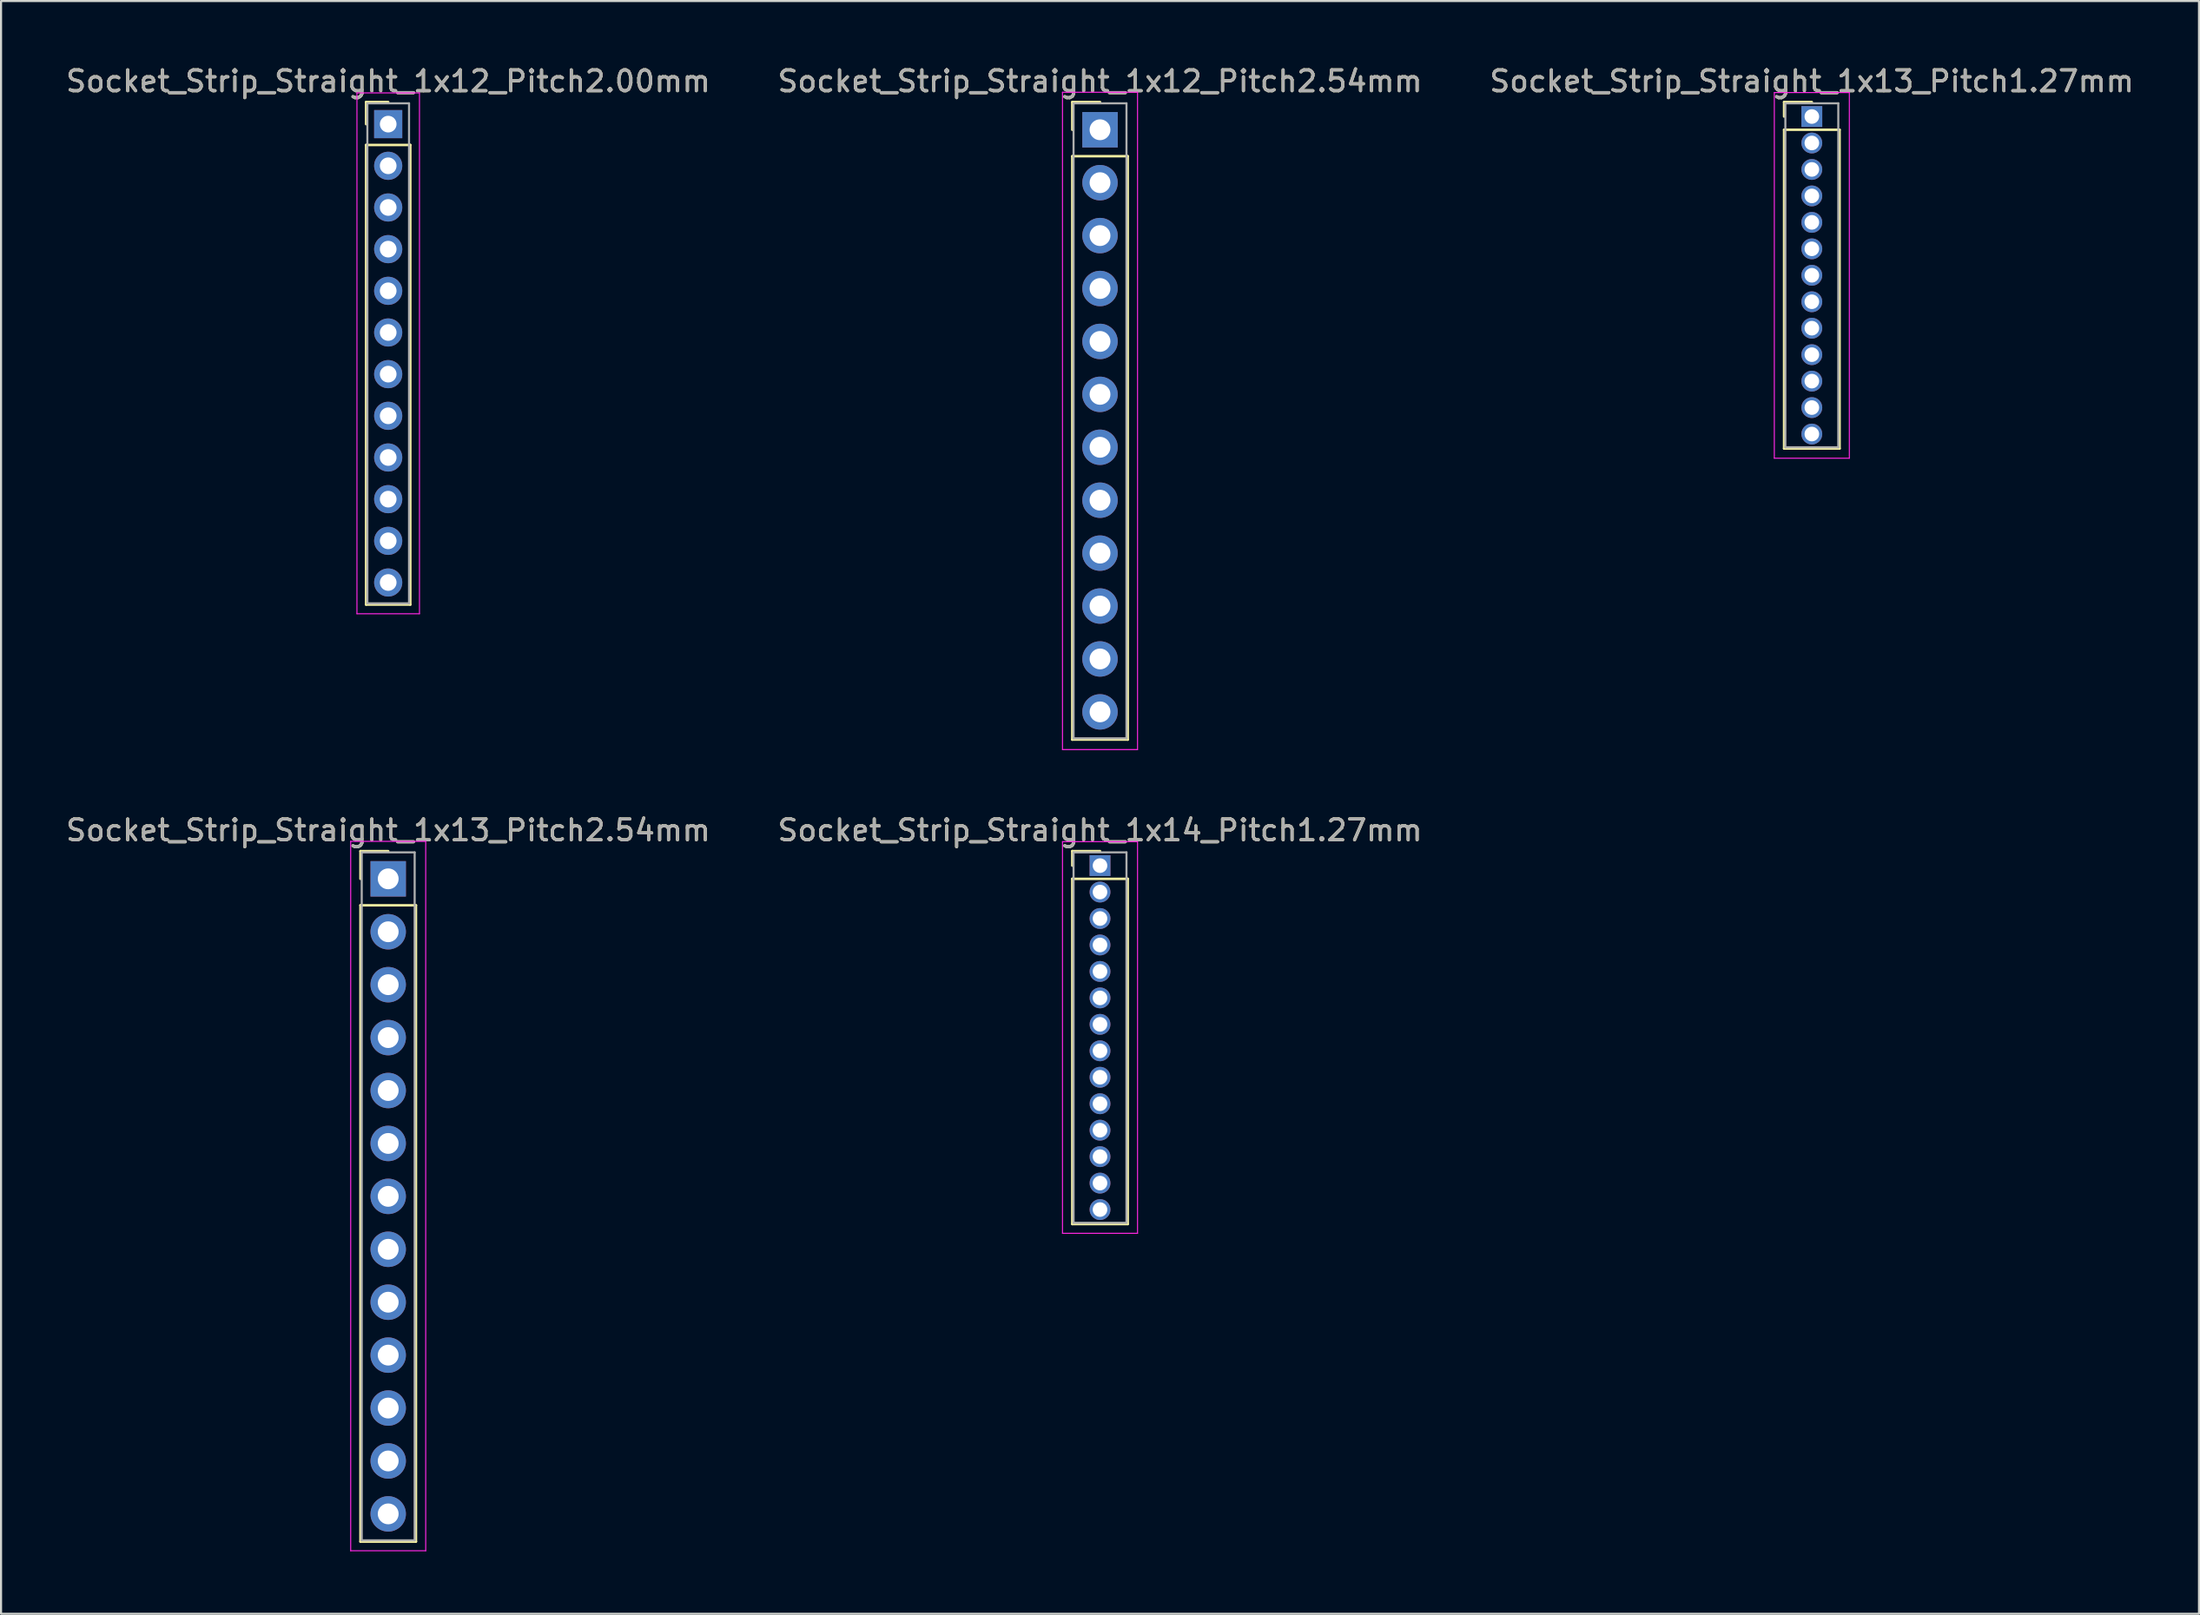
<source format=kicad_pcb>
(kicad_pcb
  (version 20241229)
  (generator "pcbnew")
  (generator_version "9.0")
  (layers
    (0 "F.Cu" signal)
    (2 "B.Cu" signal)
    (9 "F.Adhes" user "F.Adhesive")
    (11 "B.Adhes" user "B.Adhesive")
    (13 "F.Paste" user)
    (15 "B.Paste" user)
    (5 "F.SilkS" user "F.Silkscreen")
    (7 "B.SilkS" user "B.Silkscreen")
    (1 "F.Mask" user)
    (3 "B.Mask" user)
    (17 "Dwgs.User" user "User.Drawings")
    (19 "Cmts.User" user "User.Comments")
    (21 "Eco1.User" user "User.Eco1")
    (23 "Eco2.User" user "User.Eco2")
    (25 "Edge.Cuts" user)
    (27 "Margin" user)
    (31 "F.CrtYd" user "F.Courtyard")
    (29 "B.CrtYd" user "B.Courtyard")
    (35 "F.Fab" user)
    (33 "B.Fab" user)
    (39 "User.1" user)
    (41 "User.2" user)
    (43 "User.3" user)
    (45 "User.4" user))
  (footprint "Socket_Strip_Straight_1x13_Pitch1.27mm"
    (layer "F.Cu")
    (at 83.887 2.543)
    (property "Reference" "Socket_Strip_Straight_1x13_Pitch1.27mm" (at 0 -1.695 0) (layer "F.SilkS") (effects (font (size 1 1) (thickness 0.15))))
    (attr through_hole)
    (fp_line (start -1.33 -0.695) (end 0 -0.695) (stroke (width 0.12) (type solid)) (layer "F.SilkS"))
    (fp_line (start -1.33 0) (end -1.33 -0.695) (stroke (width 0.12) (type solid)) (layer "F.SilkS"))
    (fp_line (start -1.33 0.635) (end -1.33 15.935) (stroke (width 0.12) (type solid)) (layer "F.SilkS"))
    (fp_line (start -1.33 15.935) (end 1.33 15.935) (stroke (width 0.12) (type solid)) (layer "F.SilkS"))
    (fp_line (start 1.33 0.635) (end -1.33 0.635) (stroke (width 0.12) (type solid)) (layer "F.SilkS"))
    (fp_line (start 1.33 15.935) (end 1.33 0.635) (stroke (width 0.12) (type solid)) (layer "F.SilkS"))
    (fp_line (start -1.8 -1.15) (end -1.8 16.4) (stroke (width 0.05) (type solid)) (layer "F.CrtYd"))
    (fp_line (start -1.8 16.4) (end 1.8 16.4) (stroke (width 0.05) (type solid)) (layer "F.CrtYd"))
    (fp_line (start 1.8 -1.15) (end -1.8 -1.15) (stroke (width 0.05) (type solid)) (layer "F.CrtYd"))
    (fp_line (start 1.8 16.4) (end 1.8 -1.15) (stroke (width 0.05) (type solid)) (layer "F.CrtYd"))
    (fp_line (start -1.27 -0.635) (end -1.27 15.875) (stroke (width 0.1) (type solid)) (layer "F.Fab"))
    (fp_line (start -1.27 15.875) (end 1.27 15.875) (stroke (width 0.1) (type solid)) (layer "F.Fab"))
    (fp_line (start 1.27 -0.635) (end -1.27 -0.635) (stroke (width 0.1) (type solid)) (layer "F.Fab"))
    (fp_line (start 1.27 15.875) (end 1.27 -0.635) (stroke (width 0.1) (type solid)) (layer "F.Fab"))
    (fp_text user "${REFERENCE}" (at 0 -1.695 0) (layer "F.Fab") (effects (font (size 1 1) (thickness 0.15))))
    (pad "1" thru_hole rect (at 0 0) (size 1 1) (drill 0.7) (layers "*.Cu" "*.Mask"))
    (pad "2" thru_hole oval (at 0 1.27) (size 1 1) (drill 0.7) (layers "*.Cu" "*.Mask"))
    (pad "3" thru_hole oval (at 0 2.54) (size 1 1) (drill 0.7) (layers "*.Cu" "*.Mask"))
    (pad "4" thru_hole oval (at 0 3.81) (size 1 1) (drill 0.7) (layers "*.Cu" "*.Mask"))
    (pad "5" thru_hole oval (at 0 5.08) (size 1 1) (drill 0.7) (layers "*.Cu" "*.Mask"))
    (pad "6" thru_hole oval (at 0 6.35) (size 1 1) (drill 0.7) (layers "*.Cu" "*.Mask"))
    (pad "7" thru_hole oval (at 0 7.62) (size 1 1) (drill 0.7) (layers "*.Cu" "*.Mask"))
    (pad "8" thru_hole oval (at 0 8.89) (size 1 1) (drill 0.7) (layers "*.Cu" "*.Mask"))
    (pad "9" thru_hole oval (at 0 10.16) (size 1 1) (drill 0.7) (layers "*.Cu" "*.Mask"))
    (pad "10" thru_hole oval (at 0 11.43) (size 1 1) (drill 0.7) (layers "*.Cu" "*.Mask"))
    (pad "11" thru_hole oval (at 0 12.7) (size 1 1) (drill 0.7) (layers "*.Cu" "*.Mask"))
    (pad "12" thru_hole oval (at 0 13.97) (size 1 1) (drill 0.7) (layers "*.Cu" "*.Mask"))
    (pad "13" thru_hole oval (at 0 15.24) (size 1 1) (drill 0.7) (layers "*.Cu" "*.Mask")))
  (footprint "Socket_Strip_Straight_1x14_Pitch1.27mm"
    (layer "F.Cu")
    (at 49.732 38.496)
    (property "Reference" "Socket_Strip_Straight_1x14_Pitch1.27mm" (at 0 -1.695 0) (layer "F.SilkS") (effects (font (size 1 1) (thickness 0.15))))
    (attr through_hole)
    (fp_line (start -1.33 -0.695) (end 0 -0.695) (stroke (width 0.12) (type solid)) (layer "F.SilkS"))
    (fp_line (start -1.33 0) (end -1.33 -0.695) (stroke (width 0.12) (type solid)) (layer "F.SilkS"))
    (fp_line (start -1.33 0.635) (end -1.33 17.205) (stroke (width 0.12) (type solid)) (layer "F.SilkS"))
    (fp_line (start -1.33 17.205) (end 1.33 17.205) (stroke (width 0.12) (type solid)) (layer "F.SilkS"))
    (fp_line (start 1.33 0.635) (end -1.33 0.635) (stroke (width 0.12) (type solid)) (layer "F.SilkS"))
    (fp_line (start 1.33 17.205) (end 1.33 0.635) (stroke (width 0.12) (type solid)) (layer "F.SilkS"))
    (fp_line (start -1.8 -1.15) (end -1.8 17.65) (stroke (width 0.05) (type solid)) (layer "F.CrtYd"))
    (fp_line (start -1.8 17.65) (end 1.8 17.65) (stroke (width 0.05) (type solid)) (layer "F.CrtYd"))
    (fp_line (start 1.8 -1.15) (end -1.8 -1.15) (stroke (width 0.05) (type solid)) (layer "F.CrtYd"))
    (fp_line (start 1.8 17.65) (end 1.8 -1.15) (stroke (width 0.05) (type solid)) (layer "F.CrtYd"))
    (fp_line (start -1.27 -0.635) (end -1.27 17.145) (stroke (width 0.1) (type solid)) (layer "F.Fab"))
    (fp_line (start -1.27 17.145) (end 1.27 17.145) (stroke (width 0.1) (type solid)) (layer "F.Fab"))
    (fp_line (start 1.27 -0.635) (end -1.27 -0.635) (stroke (width 0.1) (type solid)) (layer "F.Fab"))
    (fp_line (start 1.27 17.145) (end 1.27 -0.635) (stroke (width 0.1) (type solid)) (layer "F.Fab"))
    (fp_text user "${REFERENCE}" (at 0 -1.695 0) (layer "F.Fab") (effects (font (size 1 1) (thickness 0.15))))
    (pad "1" thru_hole rect (at 0 0) (size 1 1) (drill 0.7) (layers "*.Cu" "*.Mask"))
    (pad "2" thru_hole oval (at 0 1.27) (size 1 1) (drill 0.7) (layers "*.Cu" "*.Mask"))
    (pad "3" thru_hole oval (at 0 2.54) (size 1 1) (drill 0.7) (layers "*.Cu" "*.Mask"))
    (pad "4" thru_hole oval (at 0 3.81) (size 1 1) (drill 0.7) (layers "*.Cu" "*.Mask"))
    (pad "5" thru_hole oval (at 0 5.08) (size 1 1) (drill 0.7) (layers "*.Cu" "*.Mask"))
    (pad "6" thru_hole oval (at 0 6.35) (size 1 1) (drill 0.7) (layers "*.Cu" "*.Mask"))
    (pad "7" thru_hole oval (at 0 7.62) (size 1 1) (drill 0.7) (layers "*.Cu" "*.Mask"))
    (pad "8" thru_hole oval (at 0 8.89) (size 1 1) (drill 0.7) (layers "*.Cu" "*.Mask"))
    (pad "9" thru_hole oval (at 0 10.16) (size 1 1) (drill 0.7) (layers "*.Cu" "*.Mask"))
    (pad "10" thru_hole oval (at 0 11.43) (size 1 1) (drill 0.7) (layers "*.Cu" "*.Mask"))
    (pad "11" thru_hole oval (at 0 12.7) (size 1 1) (drill 0.7) (layers "*.Cu" "*.Mask"))
    (pad "12" thru_hole oval (at 0 13.97) (size 1 1) (drill 0.7) (layers "*.Cu" "*.Mask"))
    (pad "13" thru_hole oval (at 0 15.24) (size 1 1) (drill 0.7) (layers "*.Cu" "*.Mask"))
    (pad "14" thru_hole oval (at 0 16.51) (size 1 1) (drill 0.7) (layers "*.Cu" "*.Mask")))
  (footprint "Socket_Strip_Straight_1x12_Pitch2.54mm"
    (layer "F.Cu")
    (at 49.732 3.178)
    (property "Reference" "Socket_Strip_Straight_1x12_Pitch2.54mm" (at 0 -2.33 0) (layer "F.SilkS") (effects (font (size 1 1) (thickness 0.15))))
    (attr through_hole)
    (fp_line (start -1.33 -1.33) (end 0 -1.33) (stroke (width 0.12) (type solid)) (layer "F.SilkS"))
    (fp_line (start -1.33 0) (end -1.33 -1.33) (stroke (width 0.12) (type solid)) (layer "F.SilkS"))
    (fp_line (start -1.33 1.27) (end -1.33 29.27) (stroke (width 0.12) (type solid)) (layer "F.SilkS"))
    (fp_line (start -1.33 29.27) (end 1.33 29.27) (stroke (width 0.12) (type solid)) (layer "F.SilkS"))
    (fp_line (start 1.33 1.27) (end -1.33 1.27) (stroke (width 0.12) (type solid)) (layer "F.SilkS"))
    (fp_line (start 1.33 29.27) (end 1.33 1.27) (stroke (width 0.12) (type solid)) (layer "F.SilkS"))
    (fp_line (start -1.8 -1.8) (end -1.8 29.75) (stroke (width 0.05) (type solid)) (layer "F.CrtYd"))
    (fp_line (start -1.8 29.75) (end 1.8 29.75) (stroke (width 0.05) (type solid)) (layer "F.CrtYd"))
    (fp_line (start 1.8 -1.8) (end -1.8 -1.8) (stroke (width 0.05) (type solid)) (layer "F.CrtYd"))
    (fp_line (start 1.8 29.75) (end 1.8 -1.8) (stroke (width 0.05) (type solid)) (layer "F.CrtYd"))
    (fp_line (start -1.27 -1.27) (end -1.27 29.21) (stroke (width 0.1) (type solid)) (layer "F.Fab"))
    (fp_line (start -1.27 29.21) (end 1.27 29.21) (stroke (width 0.1) (type solid)) (layer "F.Fab"))
    (fp_line (start 1.27 -1.27) (end -1.27 -1.27) (stroke (width 0.1) (type solid)) (layer "F.Fab"))
    (fp_line (start 1.27 29.21) (end 1.27 -1.27) (stroke (width 0.1) (type solid)) (layer "F.Fab"))
    (fp_text user "${REFERENCE}" (at 0 -2.33 0) (layer "F.Fab") (effects (font (size 1 1) (thickness 0.15))))
    (pad "1" thru_hole rect (at 0 0) (size 1.7 1.7) (drill 1) (layers "*.Cu" "*.Mask"))
    (pad "2" thru_hole oval (at 0 2.54) (size 1.7 1.7) (drill 1) (layers "*.Cu" "*.Mask"))
    (pad "3" thru_hole oval (at 0 5.08) (size 1.7 1.7) (drill 1) (layers "*.Cu" "*.Mask"))
    (pad "4" thru_hole oval (at 0 7.62) (size 1.7 1.7) (drill 1) (layers "*.Cu" "*.Mask"))
    (pad "5" thru_hole oval (at 0 10.16) (size 1.7 1.7) (drill 1) (layers "*.Cu" "*.Mask"))
    (pad "6" thru_hole oval (at 0 12.7) (size 1.7 1.7) (drill 1) (layers "*.Cu" "*.Mask"))
    (pad "7" thru_hole oval (at 0 15.24) (size 1.7 1.7) (drill 1) (layers "*.Cu" "*.Mask"))
    (pad "8" thru_hole oval (at 0 17.78) (size 1.7 1.7) (drill 1) (layers "*.Cu" "*.Mask"))
    (pad "9" thru_hole oval (at 0 20.32) (size 1.7 1.7) (drill 1) (layers "*.Cu" "*.Mask"))
    (pad "10" thru_hole oval (at 0 22.86) (size 1.7 1.7) (drill 1) (layers "*.Cu" "*.Mask"))
    (pad "11" thru_hole oval (at 0 25.4) (size 1.7 1.7) (drill 1) (layers "*.Cu" "*.Mask"))
    (pad "12" thru_hole oval (at 0 27.94) (size 1.7 1.7) (drill 1) (layers "*.Cu" "*.Mask")))
  (footprint "Socket_Strip_Straight_1x12_Pitch2.00mm"
    (layer "F.Cu")
    (at 15.577 2.908)
    (property "Reference" "Socket_Strip_Straight_1x12_Pitch2.00mm" (at 0 -2.06 0) (layer "F.SilkS") (effects (font (size 1 1) (thickness 0.15))))
    (attr through_hole)
    (fp_line (start -1.06 -1.06) (end 0 -1.06) (stroke (width 0.12) (type solid)) (layer "F.SilkS"))
    (fp_line (start -1.06 0) (end -1.06 -1.06) (stroke (width 0.12) (type solid)) (layer "F.SilkS"))
    (fp_line (start -1.06 1) (end -1.06 23.06) (stroke (width 0.12) (type solid)) (layer "F.SilkS"))
    (fp_line (start -1.06 23.06) (end 1.06 23.06) (stroke (width 0.12) (type solid)) (layer "F.SilkS"))
    (fp_line (start 1.06 1) (end -1.06 1) (stroke (width 0.12) (type solid)) (layer "F.SilkS"))
    (fp_line (start 1.06 23.06) (end 1.06 1) (stroke (width 0.12) (type solid)) (layer "F.SilkS"))
    (fp_line (start -1.5 -1.5) (end -1.5 23.5) (stroke (width 0.05) (type solid)) (layer "F.CrtYd"))
    (fp_line (start -1.5 23.5) (end 1.5 23.5) (stroke (width 0.05) (type solid)) (layer "F.CrtYd"))
    (fp_line (start 1.5 -1.5) (end -1.5 -1.5) (stroke (width 0.05) (type solid)) (layer "F.CrtYd"))
    (fp_line (start 1.5 23.5) (end 1.5 -1.5) (stroke (width 0.05) (type solid)) (layer "F.CrtYd"))
    (fp_line (start -1 -1) (end -1 23) (stroke (width 0.1) (type solid)) (layer "F.Fab"))
    (fp_line (start -1 23) (end 1 23) (stroke (width 0.1) (type solid)) (layer "F.Fab"))
    (fp_line (start 1 -1) (end -1 -1) (stroke (width 0.1) (type solid)) (layer "F.Fab"))
    (fp_line (start 1 23) (end 1 -1) (stroke (width 0.1) (type solid)) (layer "F.Fab"))
    (fp_text user "${REFERENCE}" (at 0 -2.06 0) (layer "F.Fab") (effects (font (size 1 1) (thickness 0.15))))
    (pad "1" thru_hole rect (at 0 0) (size 1.35 1.35) (drill 0.8) (layers "*.Cu" "*.Mask"))
    (pad "2" thru_hole oval (at 0 2) (size 1.35 1.35) (drill 0.8) (layers "*.Cu" "*.Mask"))
    (pad "3" thru_hole oval (at 0 4) (size 1.35 1.35) (drill 0.8) (layers "*.Cu" "*.Mask"))
    (pad "4" thru_hole oval (at 0 6) (size 1.35 1.35) (drill 0.8) (layers "*.Cu" "*.Mask"))
    (pad "5" thru_hole oval (at 0 8) (size 1.35 1.35) (drill 0.8) (layers "*.Cu" "*.Mask"))
    (pad "6" thru_hole oval (at 0 10) (size 1.35 1.35) (drill 0.8) (layers "*.Cu" "*.Mask"))
    (pad "7" thru_hole oval (at 0 12) (size 1.35 1.35) (drill 0.8) (layers "*.Cu" "*.Mask"))
    (pad "8" thru_hole oval (at 0 14) (size 1.35 1.35) (drill 0.8) (layers "*.Cu" "*.Mask"))
    (pad "9" thru_hole oval (at 0 16) (size 1.35 1.35) (drill 0.8) (layers "*.Cu" "*.Mask"))
    (pad "10" thru_hole oval (at 0 18) (size 1.35 1.35) (drill 0.8) (layers "*.Cu" "*.Mask"))
    (pad "11" thru_hole oval (at 0 20) (size 1.35 1.35) (drill 0.8) (layers "*.Cu" "*.Mask"))
    (pad "12" thru_hole oval (at 0 22) (size 1.35 1.35) (drill 0.8) (layers "*.Cu" "*.Mask")))
  (footprint "Socket_Strip_Straight_1x13_Pitch2.54mm"
    (layer "F.Cu")
    (at 15.577 39.132)
    (property "Reference" "Socket_Strip_Straight_1x13_Pitch2.54mm" (at 0 -2.33 0) (layer "F.SilkS") (effects (font (size 1 1) (thickness 0.15))))
    (attr through_hole)
    (fp_line (start -1.33 -1.33) (end 0 -1.33) (stroke (width 0.12) (type solid)) (layer "F.SilkS"))
    (fp_line (start -1.33 0) (end -1.33 -1.33) (stroke (width 0.12) (type solid)) (layer "F.SilkS"))
    (fp_line (start -1.33 1.27) (end -1.33 31.81) (stroke (width 0.12) (type solid)) (layer "F.SilkS"))
    (fp_line (start -1.33 31.81) (end 1.33 31.81) (stroke (width 0.12) (type solid)) (layer "F.SilkS"))
    (fp_line (start 1.33 1.27) (end -1.33 1.27) (stroke (width 0.12) (type solid)) (layer "F.SilkS"))
    (fp_line (start 1.33 31.81) (end 1.33 1.27) (stroke (width 0.12) (type solid)) (layer "F.SilkS"))
    (fp_line (start -1.8 -1.8) (end -1.8 32.25) (stroke (width 0.05) (type solid)) (layer "F.CrtYd"))
    (fp_line (start -1.8 32.25) (end 1.8 32.25) (stroke (width 0.05) (type solid)) (layer "F.CrtYd"))
    (fp_line (start 1.8 -1.8) (end -1.8 -1.8) (stroke (width 0.05) (type solid)) (layer "F.CrtYd"))
    (fp_line (start 1.8 32.25) (end 1.8 -1.8) (stroke (width 0.05) (type solid)) (layer "F.CrtYd"))
    (fp_line (start -1.27 -1.27) (end -1.27 31.75) (stroke (width 0.1) (type solid)) (layer "F.Fab"))
    (fp_line (start -1.27 31.75) (end 1.27 31.75) (stroke (width 0.1) (type solid)) (layer "F.Fab"))
    (fp_line (start 1.27 -1.27) (end -1.27 -1.27) (stroke (width 0.1) (type solid)) (layer "F.Fab"))
    (fp_line (start 1.27 31.75) (end 1.27 -1.27) (stroke (width 0.1) (type solid)) (layer "F.Fab"))
    (fp_text user "${REFERENCE}" (at 0 -2.33 0) (layer "F.Fab") (effects (font (size 1 1) (thickness 0.15))))
    (pad "1" thru_hole rect (at 0 0) (size 1.7 1.7) (drill 1) (layers "*.Cu" "*.Mask"))
    (pad "2" thru_hole oval (at 0 2.54) (size 1.7 1.7) (drill 1) (layers "*.Cu" "*.Mask"))
    (pad "3" thru_hole oval (at 0 5.08) (size 1.7 1.7) (drill 1) (layers "*.Cu" "*.Mask"))
    (pad "4" thru_hole oval (at 0 7.62) (size 1.7 1.7) (drill 1) (layers "*.Cu" "*.Mask"))
    (pad "5" thru_hole oval (at 0 10.16) (size 1.7 1.7) (drill 1) (layers "*.Cu" "*.Mask"))
    (pad "6" thru_hole oval (at 0 12.7) (size 1.7 1.7) (drill 1) (layers "*.Cu" "*.Mask"))
    (pad "7" thru_hole oval (at 0 15.24) (size 1.7 1.7) (drill 1) (layers "*.Cu" "*.Mask"))
    (pad "8" thru_hole oval (at 0 17.78) (size 1.7 1.7) (drill 1) (layers "*.Cu" "*.Mask"))
    (pad "9" thru_hole oval (at 0 20.32) (size 1.7 1.7) (drill 1) (layers "*.Cu" "*.Mask"))
    (pad "10" thru_hole oval (at 0 22.86) (size 1.7 1.7) (drill 1) (layers "*.Cu" "*.Mask"))
    (pad "11" thru_hole oval (at 0 25.4) (size 1.7 1.7) (drill 1) (layers "*.Cu" "*.Mask"))
    (pad "12" thru_hole oval (at 0 27.94) (size 1.7 1.7) (drill 1) (layers "*.Cu" "*.Mask"))
    (pad "13" thru_hole oval (at 0 30.48) (size 1.7 1.7) (drill 1) (layers "*.Cu" "*.Mask")))
  (gr_rect
    (start -3 -3)
    (end 102.464 74.406)
    (stroke (width 0.1) (type default))
    (fill no)
    (layer "Edge.Cuts")))
</source>
